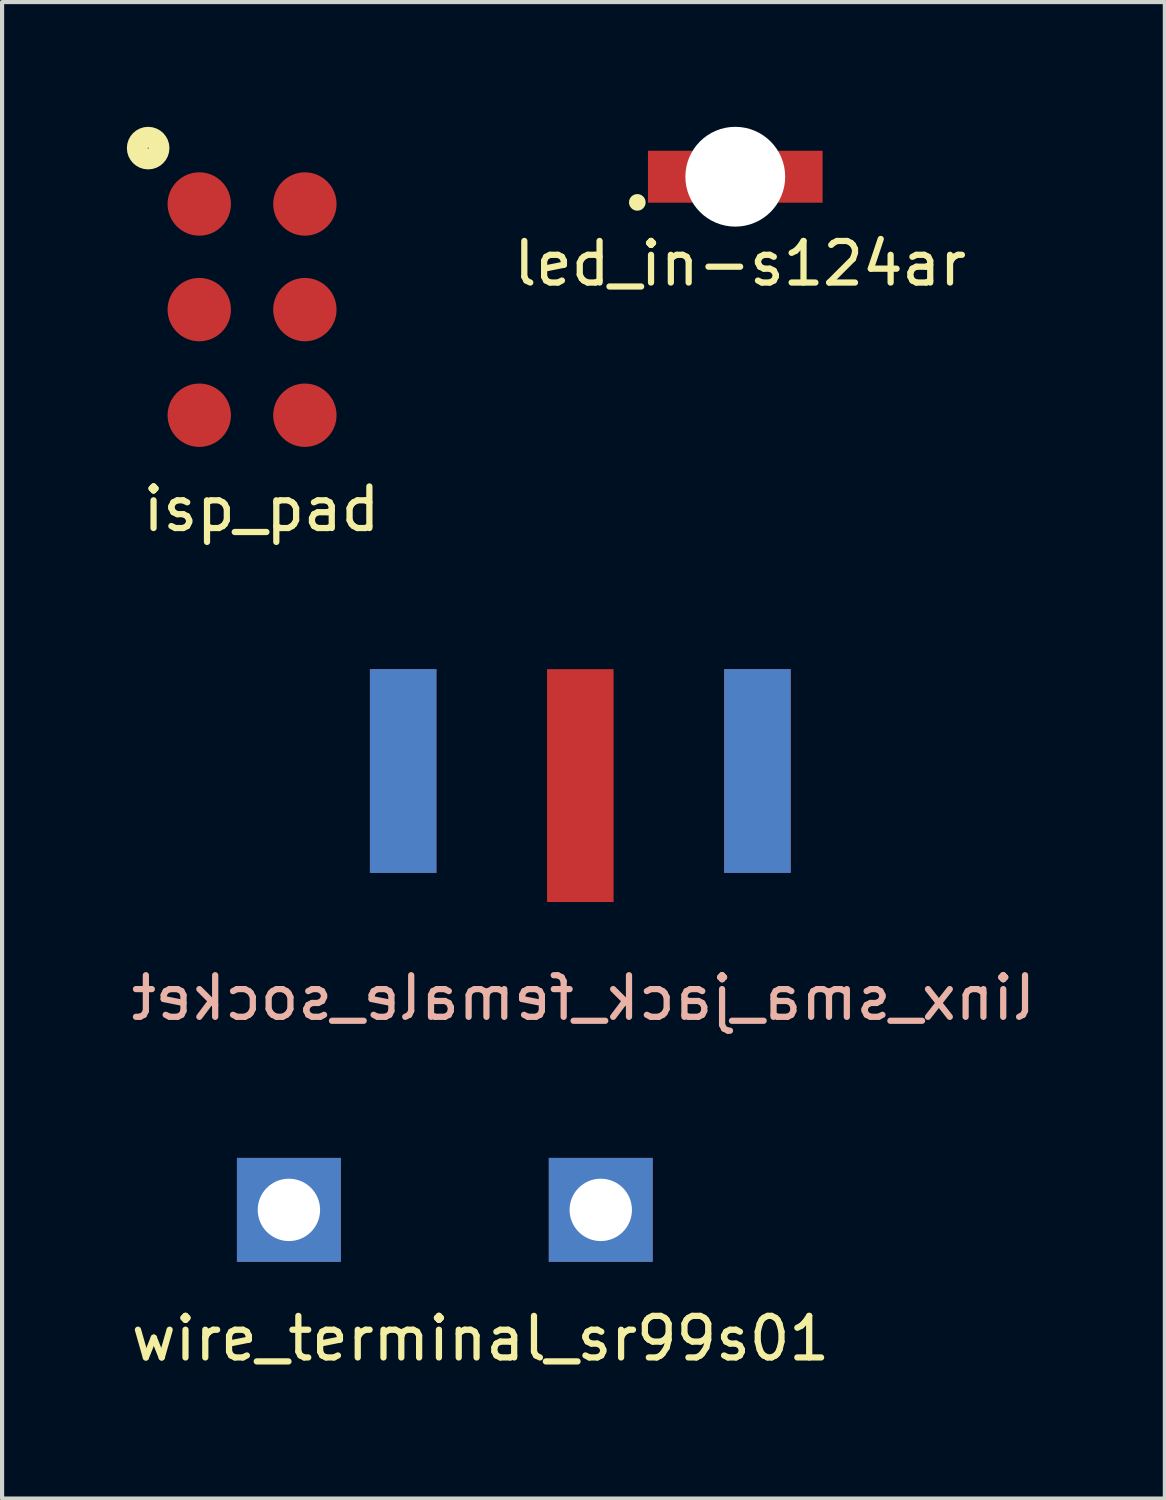
<source format=kicad_pcb>
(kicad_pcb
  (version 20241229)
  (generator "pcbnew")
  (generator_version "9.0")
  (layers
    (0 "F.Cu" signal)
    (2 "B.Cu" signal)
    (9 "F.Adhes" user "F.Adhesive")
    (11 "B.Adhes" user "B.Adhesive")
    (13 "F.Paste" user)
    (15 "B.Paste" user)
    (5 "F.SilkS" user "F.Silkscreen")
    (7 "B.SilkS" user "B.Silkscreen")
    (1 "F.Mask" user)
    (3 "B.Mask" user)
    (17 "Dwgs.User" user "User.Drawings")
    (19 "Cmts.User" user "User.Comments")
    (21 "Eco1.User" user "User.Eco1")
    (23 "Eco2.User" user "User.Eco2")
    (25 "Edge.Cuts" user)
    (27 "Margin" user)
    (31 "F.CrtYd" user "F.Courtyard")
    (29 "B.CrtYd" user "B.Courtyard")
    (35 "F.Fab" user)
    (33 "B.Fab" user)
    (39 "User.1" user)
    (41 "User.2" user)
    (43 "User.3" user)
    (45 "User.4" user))
  (footprint "wire_terminal_sr99s01"
    (layer "F.Cu")
    (at 3.898 26.047)
    (property "Reference" "wire_terminal_sr99s01" (at 4.608 3.094 0) (layer "F.SilkS") (effects (font (size 1 1) (thickness 0.15))))
    (attr through_hole)
    (pad "" thru_hole rect (at 7.5 0) (size 2.5 2.5) (drill 1.5) (layers "*.Cu" "*.Mask"))
    (pad "1" thru_hole rect (at 0 0) (size 2.5 2.5) (drill 1.5) (layers "*.Cu" "*.Mask")))
  (footprint "linx_sma_jack_female_socket"
    (layer "F.Cu")
    (at 10.906 15.493)
    (property "Reference" "linx_sma_jack_female_socket" (at 0.076 5.456 0) (layer "B.SilkS") (effects (font (size 1 1) (thickness 0.15)) (justify mirror)))
    (attr through_hole)
    (pad "1" smd rect (at 0 0.35) (size 1.6 5.6) (layers "F.Cu" "F.Mask" "F.Paste"))
    (pad "2" smd rect (at -4.26 0) (size 1.6 4.9) (layers "F.Cu" "F.Mask" "F.Paste"))
    (pad "2" smd rect (at -4.26 0) (size 1.6 4.9) (layers "B.Cu" "B.Mask" "B.Paste"))
    (pad "2" smd rect (at 4.26 0) (size 1.6 4.9) (layers "F.Cu" "F.Mask" "F.Paste"))
    (pad "2" smd rect (at 4.26 0) (size 1.6 4.9) (layers "B.Cu" "B.Mask" "B.Paste")))
  (footprint "isp_pad"
    (layer "F.Cu")
    (at 3.012 4.396)
    (property "Reference" "isp_pad" (at 0.226 4.798 0) (layer "F.SilkS") (effects (font (size 1 1) (thickness 0.15))))
    (attr through_hole)
    (fp_circle (center -2.499 -3.884) (end -2.237 -3.884) (stroke (width 0.5) (type solid)) (fill no) (layer "F.SilkS"))
    (pad "1" smd circle (at -1.27 -2.54) (size 1.524 1.524) (layers "F.Cu" "F.Mask" "F.Paste"))
    (pad "2" smd circle (at 1.27 -2.54) (size 1.524 1.524) (layers "F.Cu" "F.Mask" "F.Paste"))
    (pad "3" smd circle (at -1.27 0) (size 1.524 1.524) (layers "F.Cu" "F.Mask" "F.Paste"))
    (pad "4" smd circle (at 1.27 0) (size 1.524 1.524) (layers "F.Cu" "F.Mask" "F.Paste"))
    (pad "5" smd circle (at -1.27 2.54) (size 1.524 1.524) (layers "F.Cu" "F.Mask" "F.Paste"))
    (pad "6" smd circle (at 1.27 2.54) (size 1.524 1.524) (layers "F.Cu" "F.Mask" "F.Paste")))
  (footprint "led_in-s124ar"
    (layer "F.Cu")
    (at 14.633 1.2)
    (property "Reference" "led_in-s124ar" (at 0.117 2.09 0) (layer "F.SilkS") (effects (font (size 1 1) (thickness 0.15))))
    (attr through_hole)
    (fp_circle (center -2.356 0.617) (end -2.256 0.617) (stroke (width 0.2) (type solid)) (fill no) (layer "F.SilkS"))
    (pad "" np_thru_hole circle (at 0 0) (size 2.4 2.4) (drill 2.4) (layers "*.Cu" "*.Mask"))
    (pad "1" smd rect (at -1.56 0) (size 1.08 1.25) (layers "F.Cu" "F.Mask" "F.Paste"))
    (pad "2" smd rect (at 1.56 0) (size 1.08 1.25) (layers "F.Cu" "F.Mask" "F.Paste")))
  (gr_rect
    (start -3 -3)
    (end 24.964 32.989)
    (stroke (width 0.1) (type default))
    (fill no)
    (layer "Edge.Cuts")))
</source>
